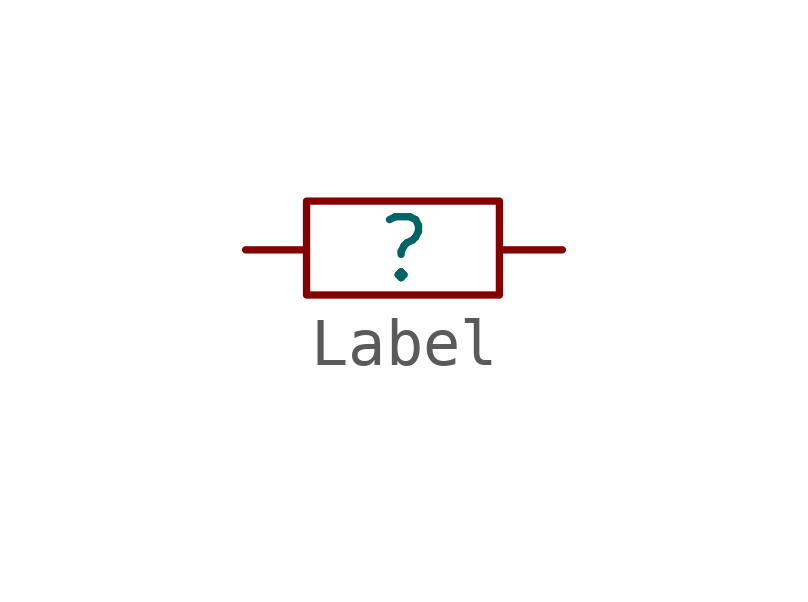
<source format=kicad_sym>
(kicad_symbol_lib
  (version 20231120)
  (generator "kicad_symbol_editor")
  (generator_version "8.0")
  (symbol "Label"
    (property "Reference" ""
      (at 0 0 0)
      (effects (font (size 1.27 1.27))))
    (property "Value" ""
      (at 0 0 0)
      (effects (font (size 1.27 1.27))))
    (symbol "Label_0_1"
      (rectangle (start -2.032 1.016) (end 1.989 -0.941) (stroke (width 0) (type default)) (fill (type none))))
    (symbol "Label_1_1"
      (pin input line (at -3.302 0 0) (length 1.27) (name "" (effects (font (size 1.27 1.27)))) (number "" (effects (font (size 1.27 1.27)))))
      (pin input line (at 3.302 0 180) (length 1.27) (name "" (effects (font (size 1.27 1.27)))) (number "" (effects (font (size 1.27 1.27))))))))
</source>
